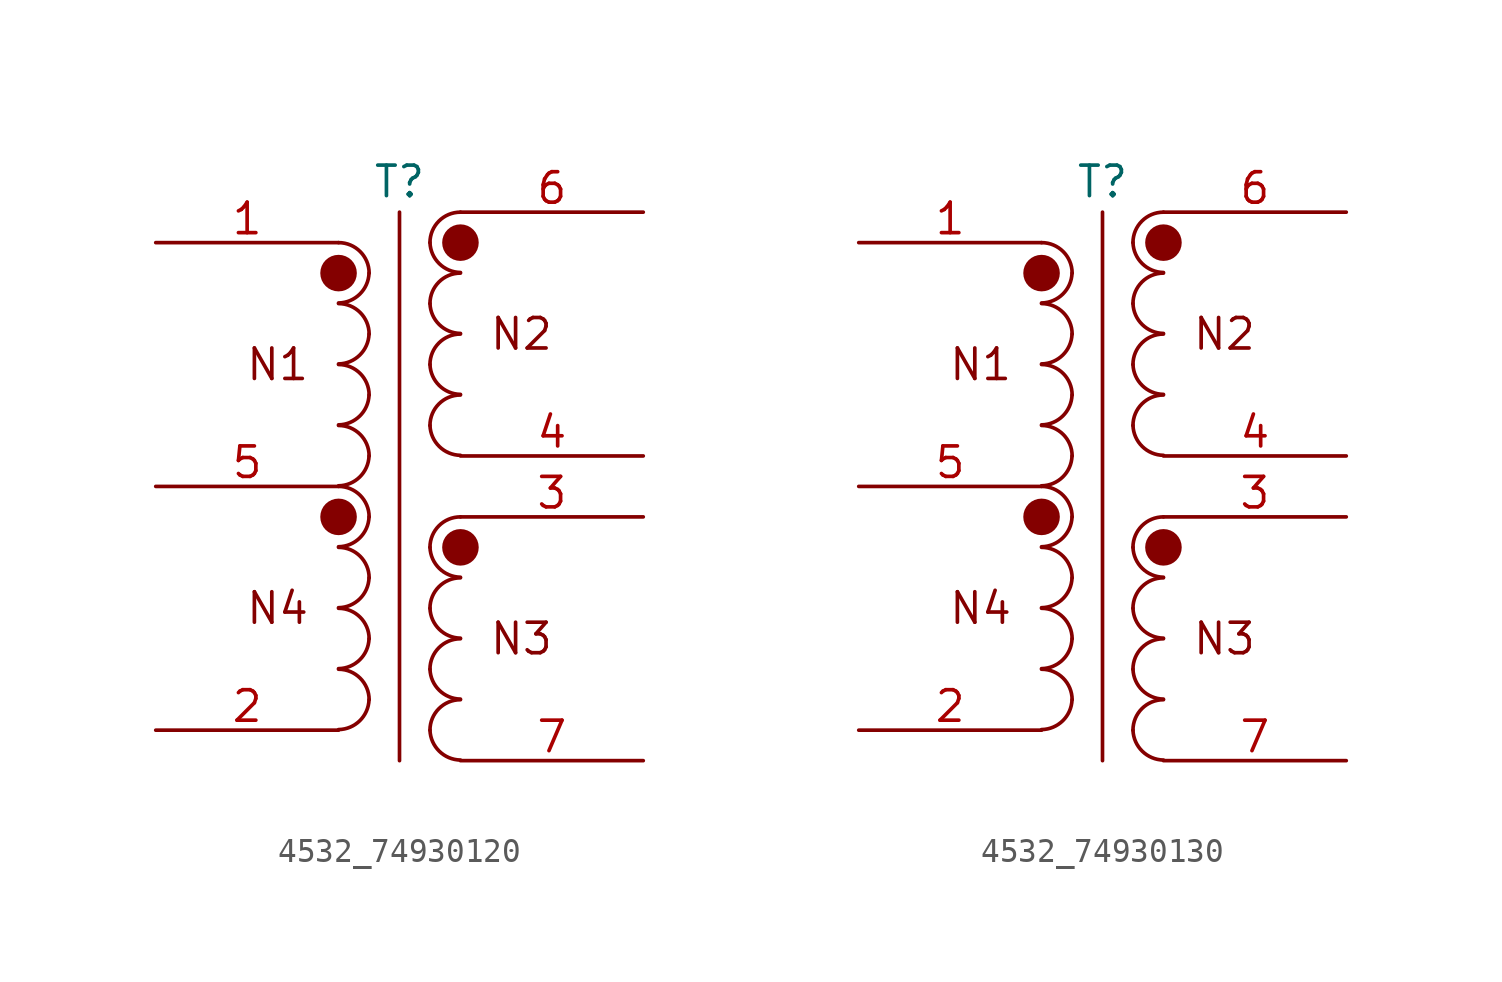
<source format=kicad_sym>
(kicad_symbol_lib
  (version 20220914)
  (generator kicad_symbol_editor)
  (symbol "4532_74930120"
    (pin_names hide)
    (property "Reference" "T"
      (at 0 12.7 0)
      (effects (font (size 1.27 1.27))))
    (property "Critical Parameter" ""
      (at 0 -5.08 0)
      (effects (font (size 1.27 1.27)) (justify left)))
    (symbol "4532_74930120_0_1"
      (arc (start -2.54 -10.1346) (mid -1.6561 -9.7663) (end -1.27 -8.89) (stroke (width 0) (type default)) (fill (type none)))
      (arc (start -2.54 -7.5946) (mid -1.6561 -7.2263) (end -1.27 -6.35) (stroke (width 0) (type default)) (fill (type none)))
      (arc (start -2.54 -5.0546) (mid -1.6561 -4.6863) (end -1.27 -3.81) (stroke (width 0) (type default)) (fill (type none)))
      (arc (start -2.54 -2.5146) (mid -1.6561 -2.1463) (end -1.27 -1.27) (stroke (width 0) (type default)) (fill (type none)))
      (arc (start -2.54 0.0254) (mid -1.6561 0.3937) (end -1.27 1.27) (stroke (width 0) (type default)) (fill (type none)))
      (arc (start -2.54 2.5654) (mid -1.6561 2.9337) (end -1.27 3.81) (stroke (width 0) (type default)) (fill (type none)))
      (arc (start -2.54 5.1054) (mid -1.6561 5.4737) (end -1.27 6.35) (stroke (width 0) (type default)) (fill (type none)))
      (arc (start -2.54 7.6454) (mid -1.6561 8.0137) (end -1.27 8.89) (stroke (width 0) (type default)) (fill (type none)))
      (arc (start -1.27 -8.89) (mid -1.642 -7.992) (end -2.54 -7.62) (stroke (width 0) (type default)) (fill (type none)))
      (arc (start -1.27 -6.35) (mid -1.642 -5.452) (end -2.54 -5.08) (stroke (width 0) (type default)) (fill (type none)))
      (arc (start -1.27 -3.81) (mid -1.642 -2.912) (end -2.54 -2.54) (stroke (width 0) (type default)) (fill (type none)))
      (arc (start -1.27 -1.27) (mid -1.642 -0.372) (end -2.54 0) (stroke (width 0) (type default)) (fill (type none)))
      (arc (start -1.27 1.27) (mid -1.642 2.168) (end -2.54 2.54) (stroke (width 0) (type default)) (fill (type none)))
      (arc (start -1.27 3.81) (mid -1.642 4.708) (end -2.54 5.08) (stroke (width 0) (type default)) (fill (type none)))
      (arc (start -1.27 6.35) (mid -1.642 7.248) (end -2.54 7.62) (stroke (width 0) (type default)) (fill (type none)))
      (arc (start -1.27 8.89) (mid -1.642 9.788) (end -2.54 10.16) (stroke (width 0) (type default)) (fill (type none)))
      (polyline (pts (xy 0 -11.43) (xy 0 11.43)) (stroke (width 0) (type default)) (fill (type none)))
      (arc (start 1.27 -10.16) (mid 1.6561 -11.0363) (end 2.54 -11.4046) (stroke (width 0) (type default)) (fill (type none)))
      (arc (start 1.27 -7.62) (mid 1.6561 -8.4963) (end 2.54 -8.8646) (stroke (width 0) (type default)) (fill (type none)))
      (arc (start 1.27 -5.08) (mid 1.6561 -5.9563) (end 2.54 -6.3246) (stroke (width 0) (type default)) (fill (type none)))
      (arc (start 1.27 -2.54) (mid 1.6561 -3.4163) (end 2.54 -3.7846) (stroke (width 0) (type default)) (fill (type none)))
      (arc (start 1.27 2.54) (mid 1.6561 1.6637) (end 2.54 1.2954) (stroke (width 0) (type default)) (fill (type none)))
      (arc (start 1.27 5.08) (mid 1.6561 4.2037) (end 2.54 3.8354) (stroke (width 0) (type default)) (fill (type none)))
      (arc (start 1.27 7.62) (mid 1.6561 6.7437) (end 2.54 6.3754) (stroke (width 0) (type default)) (fill (type none)))
      (arc (start 1.27 10.16) (mid 1.6561 9.2837) (end 2.54 8.9154) (stroke (width 0) (type default)) (fill (type none)))
      (arc (start 2.54 -8.89) (mid 1.642 -9.262) (end 1.27 -10.16) (stroke (width 0) (type default)) (fill (type none)))
      (arc (start 2.54 -6.35) (mid 1.642 -6.722) (end 1.27 -7.62) (stroke (width 0) (type default)) (fill (type none)))
      (arc (start 2.54 -3.81) (mid 1.642 -4.182) (end 1.27 -5.08) (stroke (width 0) (type default)) (fill (type none)))
      (arc (start 2.54 -1.27) (mid 1.642 -1.642) (end 1.27 -2.54) (stroke (width 0) (type default)) (fill (type none)))
      (arc (start 2.54 3.81) (mid 1.642 3.438) (end 1.27 2.54) (stroke (width 0) (type default)) (fill (type none)))
      (arc (start 2.54 6.35) (mid 1.642 5.978) (end 1.27 5.08) (stroke (width 0) (type default)) (fill (type none)))
      (arc (start 2.54 8.89) (mid 1.642 8.518) (end 1.27 7.62) (stroke (width 0) (type default)) (fill (type none)))
      (arc (start 2.54 11.43) (mid 1.642 11.058) (end 1.27 10.16) (stroke (width 0) (type default)) (fill (type none))))
    (symbol "4532_74930120_1_1"
      (circle (center -2.54 -1.27) (radius 0.0001) (stroke (width 0.762) (type default)) (fill (type none)))
      (circle (center -2.54 8.89) (radius 0.0001) (stroke (width 0.762) (type default)) (fill (type none)))
      (circle (center 2.54 -2.54) (radius 0.0001) (stroke (width 0.762) (type default)) (fill (type none)))
      (circle (center 2.54 10.16) (radius 0.0001) (stroke (width 0.762) (type default)) (fill (type none)))
      (text "N1" (at -5.08 5.08 0) (effects (font (size 1.27 1.27))))
      (text "N2" (at 5.08 6.35 0) (effects (font (size 1.27 1.27))))
      (text "N3" (at 5.08 -6.35 0) (effects (font (size 1.27 1.27))))
      (text "N4" (at -5.08 -5.08 0) (effects (font (size 1.27 1.27))))
      (pin passive line (at -10.16 10.16 0) (length 7.62) (name "1" (effects (font (size 1.27 1.27)))) (number "1" (effects (font (size 1.27 1.27)))))
      (pin passive line (at -10.16 -10.16 0) (length 7.62) (name "2" (effects (font (size 1.27 1.27)))) (number "2" (effects (font (size 1.27 1.27)))))
      (pin passive line (at 10.16 -1.27 180) (length 7.62) (name "3" (effects (font (size 1.27 1.27)))) (number "3" (effects (font (size 1.27 1.27)))))
      (pin passive line (at 10.16 1.27 180) (length 7.62) (name "4" (effects (font (size 1.27 1.27)))) (number "4" (effects (font (size 1.27 1.27)))))
      (pin passive line (at -10.16 0 0) (length 7.62) (name "5" (effects (font (size 1.27 1.27)))) (number "5" (effects (font (size 1.27 1.27)))))
      (pin passive line (at 10.16 11.43 180) (length 7.62) (name "6" (effects (font (size 1.27 1.27)))) (number "6" (effects (font (size 1.27 1.27)))))
      (pin passive line (at 10.16 -11.43 180) (length 7.62) (name "7" (effects (font (size 1.27 1.27)))) (number "7" (effects (font (size 1.27 1.27)))))))
  (symbol "4532_74930130"
    (pin_names hide)
    (property "Reference" "T"
      (at 0 12.7 0)
      (effects (font (size 1.27 1.27))))
    (property "Critical Parameter" ""
      (at 0 -5.08 0)
      (effects (font (size 1.27 1.27)) (justify left)))
    (symbol "4532_74930130_0_1"
      (arc (start -2.54 -10.1346) (mid -1.6561 -9.7663) (end -1.27 -8.89) (stroke (width 0) (type default)) (fill (type none)))
      (arc (start -2.54 -7.5946) (mid -1.6561 -7.2263) (end -1.27 -6.35) (stroke (width 0) (type default)) (fill (type none)))
      (arc (start -2.54 -5.0546) (mid -1.6561 -4.6863) (end -1.27 -3.81) (stroke (width 0) (type default)) (fill (type none)))
      (arc (start -2.54 -2.5146) (mid -1.6561 -2.1463) (end -1.27 -1.27) (stroke (width 0) (type default)) (fill (type none)))
      (arc (start -2.54 0.0254) (mid -1.6561 0.3937) (end -1.27 1.27) (stroke (width 0) (type default)) (fill (type none)))
      (arc (start -2.54 2.5654) (mid -1.6561 2.9337) (end -1.27 3.81) (stroke (width 0) (type default)) (fill (type none)))
      (arc (start -2.54 5.1054) (mid -1.6561 5.4737) (end -1.27 6.35) (stroke (width 0) (type default)) (fill (type none)))
      (arc (start -2.54 7.6454) (mid -1.6561 8.0137) (end -1.27 8.89) (stroke (width 0) (type default)) (fill (type none)))
      (arc (start -1.27 -8.89) (mid -1.642 -7.992) (end -2.54 -7.62) (stroke (width 0) (type default)) (fill (type none)))
      (arc (start -1.27 -6.35) (mid -1.642 -5.452) (end -2.54 -5.08) (stroke (width 0) (type default)) (fill (type none)))
      (arc (start -1.27 -3.81) (mid -1.642 -2.912) (end -2.54 -2.54) (stroke (width 0) (type default)) (fill (type none)))
      (arc (start -1.27 -1.27) (mid -1.642 -0.372) (end -2.54 0) (stroke (width 0) (type default)) (fill (type none)))
      (arc (start -1.27 1.27) (mid -1.642 2.168) (end -2.54 2.54) (stroke (width 0) (type default)) (fill (type none)))
      (arc (start -1.27 3.81) (mid -1.642 4.708) (end -2.54 5.08) (stroke (width 0) (type default)) (fill (type none)))
      (arc (start -1.27 6.35) (mid -1.642 7.248) (end -2.54 7.62) (stroke (width 0) (type default)) (fill (type none)))
      (arc (start -1.27 8.89) (mid -1.642 9.788) (end -2.54 10.16) (stroke (width 0) (type default)) (fill (type none)))
      (polyline (pts (xy 0 -11.43) (xy 0 11.43)) (stroke (width 0) (type default)) (fill (type none)))
      (arc (start 1.27 -10.16) (mid 1.6561 -11.0363) (end 2.54 -11.4046) (stroke (width 0) (type default)) (fill (type none)))
      (arc (start 1.27 -7.62) (mid 1.6561 -8.4963) (end 2.54 -8.8646) (stroke (width 0) (type default)) (fill (type none)))
      (arc (start 1.27 -5.08) (mid 1.6561 -5.9563) (end 2.54 -6.3246) (stroke (width 0) (type default)) (fill (type none)))
      (arc (start 1.27 -2.54) (mid 1.6561 -3.4163) (end 2.54 -3.7846) (stroke (width 0) (type default)) (fill (type none)))
      (arc (start 1.27 2.54) (mid 1.6561 1.6637) (end 2.54 1.2954) (stroke (width 0) (type default)) (fill (type none)))
      (arc (start 1.27 5.08) (mid 1.6561 4.2037) (end 2.54 3.8354) (stroke (width 0) (type default)) (fill (type none)))
      (arc (start 1.27 7.62) (mid 1.6561 6.7437) (end 2.54 6.3754) (stroke (width 0) (type default)) (fill (type none)))
      (arc (start 1.27 10.16) (mid 1.6561 9.2837) (end 2.54 8.9154) (stroke (width 0) (type default)) (fill (type none)))
      (arc (start 2.54 -8.89) (mid 1.642 -9.262) (end 1.27 -10.16) (stroke (width 0) (type default)) (fill (type none)))
      (arc (start 2.54 -6.35) (mid 1.642 -6.722) (end 1.27 -7.62) (stroke (width 0) (type default)) (fill (type none)))
      (arc (start 2.54 -3.81) (mid 1.642 -4.182) (end 1.27 -5.08) (stroke (width 0) (type default)) (fill (type none)))
      (arc (start 2.54 -1.27) (mid 1.642 -1.642) (end 1.27 -2.54) (stroke (width 0) (type default)) (fill (type none)))
      (arc (start 2.54 3.81) (mid 1.642 3.438) (end 1.27 2.54) (stroke (width 0) (type default)) (fill (type none)))
      (arc (start 2.54 6.35) (mid 1.642 5.978) (end 1.27 5.08) (stroke (width 0) (type default)) (fill (type none)))
      (arc (start 2.54 8.89) (mid 1.642 8.518) (end 1.27 7.62) (stroke (width 0) (type default)) (fill (type none)))
      (arc (start 2.54 11.43) (mid 1.642 11.058) (end 1.27 10.16) (stroke (width 0) (type default)) (fill (type none))))
    (symbol "4532_74930130_1_1"
      (circle (center -2.54 -1.27) (radius 0.0001) (stroke (width 0.762) (type default)) (fill (type none)))
      (circle (center -2.54 8.89) (radius 0.0001) (stroke (width 0.762) (type default)) (fill (type none)))
      (circle (center 2.54 -2.54) (radius 0.0001) (stroke (width 0.762) (type default)) (fill (type none)))
      (circle (center 2.54 10.16) (radius 0.0001) (stroke (width 0.762) (type default)) (fill (type none)))
      (text "N1" (at -5.08 5.08 0) (effects (font (size 1.27 1.27))))
      (text "N2" (at 5.08 6.35 0) (effects (font (size 1.27 1.27))))
      (text "N3" (at 5.08 -6.35 0) (effects (font (size 1.27 1.27))))
      (text "N4" (at -5.08 -5.08 0) (effects (font (size 1.27 1.27))))
      (pin passive line (at -10.16 10.16 0) (length 7.62) (name "1" (effects (font (size 1.27 1.27)))) (number "1" (effects (font (size 1.27 1.27)))))
      (pin passive line (at -10.16 -10.16 0) (length 7.62) (name "2" (effects (font (size 1.27 1.27)))) (number "2" (effects (font (size 1.27 1.27)))))
      (pin passive line (at 10.16 -1.27 180) (length 7.62) (name "3" (effects (font (size 1.27 1.27)))) (number "3" (effects (font (size 1.27 1.27)))))
      (pin passive line (at 10.16 1.27 180) (length 7.62) (name "4" (effects (font (size 1.27 1.27)))) (number "4" (effects (font (size 1.27 1.27)))))
      (pin passive line (at -10.16 0 0) (length 7.62) (name "5" (effects (font (size 1.27 1.27)))) (number "5" (effects (font (size 1.27 1.27)))))
      (pin passive line (at 10.16 11.43 180) (length 7.62) (name "6" (effects (font (size 1.27 1.27)))) (number "6" (effects (font (size 1.27 1.27)))))
      (pin passive line (at 10.16 -11.43 180) (length 7.62) (name "7" (effects (font (size 1.27 1.27)))) (number "7" (effects (font (size 1.27 1.27))))))))
</source>
